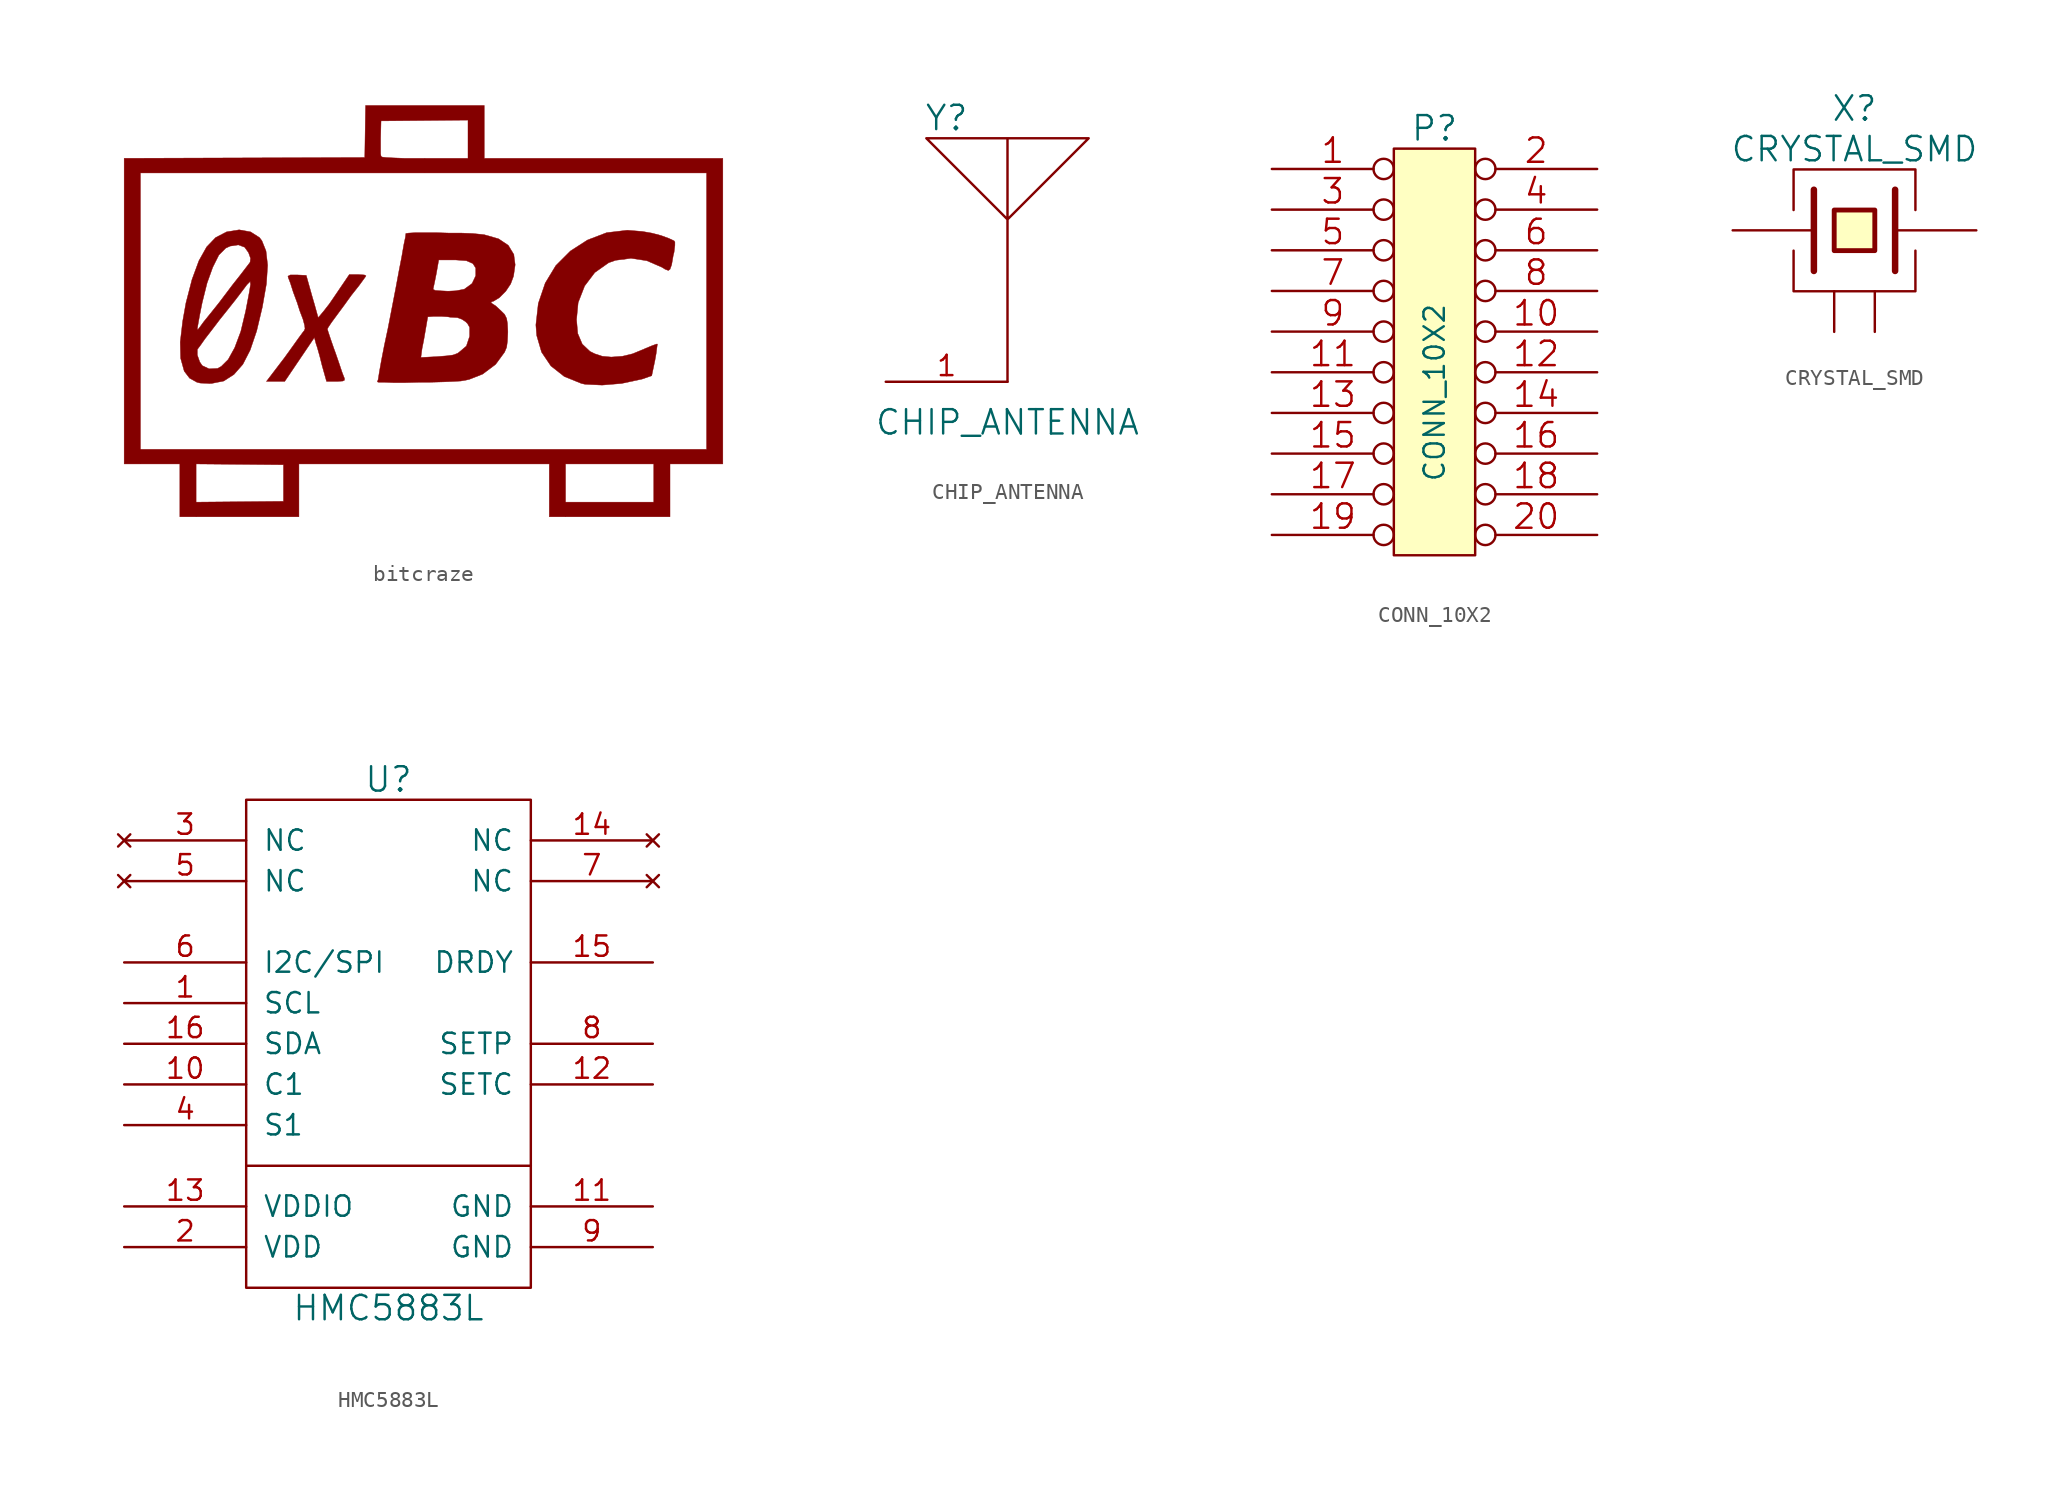
<source format=kicad_sym>
(kicad_symbol_lib
  (version 20231120)
  (generator "kicad_symbol_editor")
  (generator_version "8.0")
  (symbol "bitcraze"
    (pin_names
      (offset 1.016))
    (property "Reference" "#G"
      (at 0 -20.396 0)
      (effects (font (size 1.524 1.524)) (hide yes)))
    (symbol "bitcraze_0_0"
      (polyline (pts (xy 15.24 -12.852) (xy 15.24 -9.55) (xy 18.542 -9.55) (xy 18.542 9.55) (xy 3.632 9.55) (xy 3.632 12.852) (xy -3.785 12.852) (xy -3.835 9.601) (xy -18.872 9.55) (xy -18.872 -9.55) (xy -17.856 -9.55) (xy -17.856 -8.636) (xy -17.856 8.636) (xy -0.076 8.636) (xy -0.076 9.55) (xy -0.432 9.55) (xy -1.397 9.55) (xy -2.057 9.576) (xy -2.515 9.601) (xy -2.743 9.627) (xy -2.819 9.677) (xy -2.845 9.83) (xy -2.845 10.262) (xy -2.845 10.82) (xy -2.819 11.887) (xy 2.616 11.938) (xy 2.616 9.55) (xy -0.076 9.55) (xy -0.076 8.636) (xy 17.526 8.636) (xy 17.526 -8.636) (xy -17.856 -8.636) (xy -17.856 -9.55) (xy -15.392 -9.55) (xy -15.392 -12.852) (xy -14.376 -12.852) (xy -14.376 -11.938) (xy -14.376 -9.55) (xy -8.915 -9.601) (xy -8.915 -11.887) (xy -14.376 -11.938) (xy -14.376 -12.852) (xy -7.95 -12.852) (xy -7.95 -9.55) (xy 7.696 -9.55) (xy 7.696 -12.852) (xy 8.712 -12.852) (xy 8.712 -11.938) (xy 8.712 -9.55) (xy 14.224 -9.55) (xy 14.224 -11.938) (xy 8.712 -11.938) (xy 8.712 -12.852) (xy 15.24 -12.852)) (stroke (width 0.025) (type solid)) (fill (type outline)))
      (polyline (pts (xy -6.223 -4.394) (xy -5.563 -4.394) (xy -5.207 -4.369) (xy -5.105 -4.318) (xy -5.105 -4.191) (xy -5.131 -4.14) (xy -5.258 -3.81) (xy -5.436 -3.277) (xy -5.664 -2.616) (xy -5.766 -2.337) (xy -5.969 -1.753) (xy -6.121 -1.295) (xy -6.172 -1.118) (xy -6.121 -1.016) (xy -5.918 -0.711) (xy -5.563 -0.229) (xy -5.131 0.356) (xy -4.674 0.991) (xy -4.191 1.6) (xy -3.785 2.159) (xy -3.759 2.21) (xy -3.861 2.261) (xy -4.242 2.286) (xy -4.801 2.286) (xy -5.766 0.864) (xy -6.045 0.457) (xy -6.401 0) (xy -6.655 -0.305) (xy -6.756 -0.406) (xy -6.756 -0.381) (xy -6.833 -0.102) (xy -6.96 0.356) (xy -7.137 0.965) (xy -7.493 2.235) (xy -8.052 2.261) (xy -8.484 2.261) (xy -8.636 2.184) (xy -8.611 2.083) (xy -8.484 1.753) (xy -8.306 1.194) (xy -8.052 0.508) (xy -7.899 0.025) (xy -7.696 -0.508) (xy -7.595 -0.889) (xy -7.569 -1.092) (xy -7.62 -1.219) (xy -7.722 -1.346) (xy -8.001 -1.727) (xy -8.382 -2.261) (xy -8.839 -2.896) (xy -9.982 -4.394) (xy -8.839 -4.394) (xy -6.985 -1.651) (xy -6.883 -2.032) (xy -6.807 -2.261) (xy -6.655 -2.794) (xy -6.502 -3.404) (xy -6.223 -4.394)) (stroke (width 0.025) (type solid)) (fill (type outline)))
      (polyline (pts (xy 10.998 -4.623) (xy 12.217 -4.521) (xy 13.513 -4.242) (xy 14.097 -4.039) (xy 14.3 -3.073) (xy 14.376 -2.642) (xy 14.427 -2.235) (xy 14.453 -2.057) (xy 14.402 -2.057) (xy 14.122 -2.159) (xy 13.691 -2.337) (xy 13.64 -2.362) (xy 12.903 -2.667) (xy 12.268 -2.819) (xy 11.582 -2.87) (xy 11.557 -2.87) (xy 10.998 -2.819) (xy 10.541 -2.667) (xy 10.236 -2.515) (xy 9.754 -2.057) (xy 9.474 -1.397) (xy 9.398 -0.533) (xy 9.5 0.533) (xy 9.906 1.575) (xy 10.541 2.413) (xy 11.405 3.023) (xy 11.836 3.175) (xy 12.802 3.302) (xy 13.792 3.15) (xy 14.732 2.743) (xy 14.935 2.616) (xy 15.138 2.54) (xy 15.24 2.616) (xy 15.342 2.896) (xy 15.443 3.48) (xy 15.494 3.683) (xy 15.545 4.115) (xy 15.545 4.318) (xy 15.494 4.394) (xy 15.164 4.547) (xy 14.681 4.724) (xy 14.097 4.877) (xy 13.513 4.978) (xy 12.573 5.055) (xy 11.278 4.902) (xy 10.084 4.445) (xy 9.017 3.759) (xy 8.103 2.845) (xy 7.442 1.753) (xy 7.01 0.483) (xy 6.858 -0.864) (xy 6.909 -1.524) (xy 7.214 -2.565) (xy 7.798 -3.429) (xy 8.636 -4.089) (xy 9.703 -4.521) (xy 9.931 -4.572) (xy 10.998 -4.623)) (stroke (width 0.025) (type solid)) (fill (type outline)))
      (polyline (pts (xy -13.437 -4.521) (xy -13.411 -4.521) (xy -12.649 -4.369) (xy -12.014 -3.962) (xy -11.455 -3.327) (xy -10.998 -2.438) (xy -10.592 -1.245) (xy -10.236 0.254) (xy -10.236 0.254) (xy -9.982 1.702) (xy -9.906 2.87) (xy -10.008 3.759) (xy -10.262 4.394) (xy -10.414 4.597) (xy -10.973 4.953) (xy -11.684 5.08) (xy -11.684 5.08) (xy -12.471 4.953) (xy -13.157 4.597) (xy -13.716 4.013) (xy -14.199 3.15) (xy -14.63 1.981) (xy -15.011 0.508) (xy -15.215 -0.635) (xy -15.367 -1.93) (xy -15.342 -2.946) (xy -15.138 -3.683) (xy -15.113 -3.759) (xy -14.783 -4.191) (xy -14.326 -4.445) (xy -14.122 -4.496) (xy -13.564 -4.521) (xy -13.564 -3.607) (xy -13.995 -3.404) (xy -14.148 -3.175) (xy -14.3 -2.743) (xy -14.3 -2.413) (xy -14.3 -2.388) (xy -14.275 -2.362) (xy -14.275 -1.168) (xy -14.3 -1.092) (xy -14.249 -0.787) (xy -14.148 -0.229) (xy -14.021 0.406) (xy -13.995 0.533) (xy -13.691 1.753) (xy -13.335 2.743) (xy -12.954 3.505) (xy -12.522 3.937) (xy -12.243 4.064) (xy -11.735 4.14) (xy -11.328 3.988) (xy -11.303 3.937) (xy -11.1 3.658) (xy -10.973 3.302) (xy -10.998 3.073) (xy -11.024 3.023) (xy -11.608 2.261) (xy -12.09 1.651) (xy -12.954 0.508) (xy -13.462 -0.127) (xy -13.894 -0.66) (xy -14.173 -1.041) (xy -14.275 -1.168) (xy -14.275 -2.362) (xy -14.122 -2.159) (xy -13.818 -1.727) (xy -13.386 -1.168) (xy -12.903 -0.533) (xy -12.395 0.102) (xy -11.913 0.711) (xy -11.506 1.245) (xy -11.201 1.651) (xy -11.024 1.829) (xy -10.998 1.854) (xy -10.973 1.676) (xy -11.049 1.194) (xy -11.278 0) (xy -11.582 -1.27) (xy -11.963 -2.286) (xy -12.37 -3.023) (xy -12.802 -3.454) (xy -13.03 -3.581) (xy -13.564 -3.607) (xy -13.564 -4.521) (xy -13.437 -4.521)) (stroke (width 0.025) (type solid)) (fill (type outline)))
      (polyline (pts (xy -2.057 -4.47) (xy -1.295 -4.47) (xy -0.381 -4.445) (xy -0.33 -4.445) (xy -0.33 -2.896) (xy -0.279 -2.515) (xy -0.254 -2.337) (xy -0.152 -1.829) (xy -0.051 -1.245) (xy 0.102 -0.356) (xy 0.457 -0.33) (xy 0.533 -0.33) (xy 0.965 -0.33) (xy 1.372 -0.356) (xy 1.372 1.245) (xy 0.889 1.27) (xy 0.559 1.295) (xy 0.432 1.372) (xy 0.457 1.473) (xy 0.533 1.829) (xy 0.635 2.337) (xy 0.787 3.2) (xy 1.651 3.2) (xy 1.829 3.2) (xy 2.515 3.15) (xy 2.921 2.972) (xy 3.099 2.692) (xy 3.099 2.21) (xy 2.87 1.727) (xy 2.388 1.372) (xy 2.261 1.346) (xy 1.854 1.27) (xy 1.372 1.245) (xy 1.372 -0.356) (xy 1.499 -0.381) (xy 1.956 -0.406) (xy 2.235 -0.508) (xy 2.464 -0.66) (xy 2.591 -0.787) (xy 2.718 -1.016) (xy 2.718 -1.372) (xy 2.718 -1.575) (xy 2.515 -2.184) (xy 2.032 -2.591) (xy 1.956 -2.642) (xy 1.676 -2.743) (xy 1.295 -2.794) (xy 0.66 -2.845) (xy -0.33 -2.896) (xy -0.33 -4.445) (xy 0.254 -4.445) (xy 1.118 -4.42) (xy 1.727 -4.394) (xy 2.159 -4.369) (xy 2.464 -4.318) (xy 2.692 -4.267) (xy 3.531 -3.937) (xy 4.343 -3.327) (xy 4.902 -2.565) (xy 5.029 -2.261) (xy 5.08 -1.88) (xy 5.105 -1.346) (xy 5.105 -1.245) (xy 5.08 -0.762) (xy 5.029 -0.457) (xy 4.902 -0.203) (xy 4.699 0) (xy 4.343 0.33) (xy 4.14 0.457) (xy 4.039 0.559) (xy 4.166 0.61) (xy 4.191 0.61) (xy 4.572 0.838) (xy 4.978 1.245) (xy 5.283 1.702) (xy 5.461 2.184) (xy 5.563 2.896) (xy 5.486 3.48) (xy 5.486 3.531) (xy 5.131 4.115) (xy 4.521 4.521) (xy 3.632 4.775) (xy 3.404 4.801) (xy 2.896 4.851) (xy 2.21 4.877) (xy 1.448 4.877) (xy 0.66 4.902) (xy -0.051 4.902) (xy -0.686 4.902) (xy -1.092 4.877) (xy -1.27 4.851) (xy -1.27 4.826) (xy -1.295 4.623) (xy -1.397 4.14) (xy -1.524 3.404) (xy -1.702 2.489) (xy -1.905 1.397) (xy -2.388 -1.092) (xy -2.616 -2.159) (xy -2.794 -3.073) (xy -2.921 -3.785) (xy -2.997 -4.267) (xy -3.048 -4.42) (xy -2.972 -4.445) (xy -2.642 -4.445) (xy -2.057 -4.47)) (stroke (width 0.025) (type solid)) (fill (type outline)))))
  (symbol "CHIP_ANTENNA"
    (pin_names
      (offset 1.016))
    (property "Reference" "Y"
      (at -3.81 19.05 0)
      (effects (font (size 1.524 1.524))))
    (property "Value" "CHIP_ANTENNA"
      (at 0 0 0)
      (effects (font (size 1.524 1.524))))
    (symbol "CHIP_ANTENNA_0_1"
      (polyline (pts (xy 0 2.54) (xy 0 12.7) (xy -5.08 17.78) (xy 5.08 17.78) (xy 0 12.7) (xy 0 17.78) (xy 0 17.78)) (stroke (width 0) (type solid)) (fill (type none))))
    (symbol "CHIP_ANTENNA_1_1"
      (pin bidirectional line (at -7.62 2.54 0) (length 7.62) (name "~" (effects (font (size 1.27 1.27)))) (number "1" (effects (font (size 1.27 1.27)))))
      (pin input line (at 7.62 2.54 180) (length 7.62) hide (name "~" (effects (font (size 1.27 1.27)))) (number "2" (effects (font (size 1.27 1.27)))))))
  (symbol "CONN_10X2"
    (pin_names
      (offset 0.254) hide)
    (property "Reference" "P"
      (at 0 13.97 0)
      (effects (font (size 1.524 1.524))))
    (property "Value" "CONN_10X2"
      (at 0 -2.54 90)
      (effects (font (size 1.27 1.27))))
    (symbol "CONN_10X2_0_1"
      (rectangle (start -2.54 12.7) (end 2.54 -12.7) (stroke (width 0) (type solid)) (fill (type background))))
    (symbol "CONN_10X2_1_1"
      (pin passive inverted (at -10.16 11.43 0) (length 7.62) (name "P1" (effects (font (size 0.762 0.762)))) (number "1" (effects (font (size 1.524 1.524)))))
      (pin passive inverted (at 10.16 1.27 180) (length 7.62) (name "P10" (effects (font (size 0.762 0.762)))) (number "10" (effects (font (size 1.524 1.524)))))
      (pin passive inverted (at -10.16 -1.27 0) (length 7.62) (name "P11" (effects (font (size 0.762 0.762)))) (number "11" (effects (font (size 1.524 1.524)))))
      (pin passive inverted (at 10.16 -1.27 180) (length 7.62) (name "P12" (effects (font (size 0.762 0.762)))) (number "12" (effects (font (size 1.524 1.524)))))
      (pin passive inverted (at -10.16 -3.81 0) (length 7.62) (name "P13" (effects (font (size 0.762 0.762)))) (number "13" (effects (font (size 1.524 1.524)))))
      (pin passive inverted (at 10.16 -3.81 180) (length 7.62) (name "P14" (effects (font (size 0.762 0.762)))) (number "14" (effects (font (size 1.524 1.524)))))
      (pin passive inverted (at -10.16 -6.35 0) (length 7.62) (name "P15" (effects (font (size 0.762 0.762)))) (number "15" (effects (font (size 1.524 1.524)))))
      (pin passive inverted (at 10.16 -6.35 180) (length 7.62) (name "P16" (effects (font (size 0.762 0.762)))) (number "16" (effects (font (size 1.524 1.524)))))
      (pin passive inverted (at -10.16 -8.89 0) (length 7.62) (name "P17" (effects (font (size 0.762 0.762)))) (number "17" (effects (font (size 1.524 1.524)))))
      (pin passive inverted (at 10.16 -8.89 180) (length 7.62) (name "P18" (effects (font (size 0.762 0.762)))) (number "18" (effects (font (size 1.524 1.524)))))
      (pin passive inverted (at -10.16 -11.43 0) (length 7.62) (name "P19" (effects (font (size 0.762 0.762)))) (number "19" (effects (font (size 1.524 1.524)))))
      (pin passive inverted (at 10.16 11.43 180) (length 7.62) (name "P2" (effects (font (size 0.762 0.762)))) (number "2" (effects (font (size 1.524 1.524)))))
      (pin passive inverted (at 10.16 -11.43 180) (length 7.62) (name "P20" (effects (font (size 0.762 0.762)))) (number "20" (effects (font (size 1.524 1.524)))))
      (pin passive inverted (at -10.16 8.89 0) (length 7.62) (name "P3" (effects (font (size 0.762 0.762)))) (number "3" (effects (font (size 1.524 1.524)))))
      (pin passive inverted (at 10.16 8.89 180) (length 7.62) (name "P4" (effects (font (size 0.762 0.762)))) (number "4" (effects (font (size 1.524 1.524)))))
      (pin passive inverted (at -10.16 6.35 0) (length 7.62) (name "P5" (effects (font (size 0.762 0.762)))) (number "5" (effects (font (size 1.524 1.524)))))
      (pin passive inverted (at 10.16 6.35 180) (length 7.62) (name "P6" (effects (font (size 0.762 0.762)))) (number "6" (effects (font (size 1.524 1.524)))))
      (pin passive inverted (at -10.16 3.81 0) (length 7.62) (name "P7" (effects (font (size 0.762 0.762)))) (number "7" (effects (font (size 1.524 1.524)))))
      (pin passive inverted (at 10.16 3.81 180) (length 7.62) (name "P8" (effects (font (size 0.762 0.762)))) (number "8" (effects (font (size 1.524 1.524)))))
      (pin passive inverted (at -10.16 1.27 0) (length 7.62) (name "P9" (effects (font (size 0.762 0.762)))) (number "9" (effects (font (size 1.524 1.524)))))))
  (symbol "CRYSTAL_SMD"
    (pin_numbers hide)
    (pin_names
      (offset 1.016) hide)
    (property "Reference" "X"
      (at 0 7.62 0)
      (effects (font (size 1.524 1.524))))
    (property "Value" "CRYSTAL_SMD"
      (at 0 5.08 0)
      (effects (font (size 1.524 1.524))))
    (symbol "CRYSTAL_SMD_0_1"
      (polyline (pts (xy -2.54 2.54) (xy -2.54 -2.54)) (stroke (width 0.406) (type solid)) (fill (type none)))
      (polyline (pts (xy 2.54 2.54) (xy 2.54 -2.54)) (stroke (width 0.406) (type solid)) (fill (type none)))
      (polyline (pts (xy -3.81 -1.27) (xy -3.81 -3.81) (xy 3.81 -3.81) (xy 3.81 -1.27)) (stroke (width 0) (type solid)) (fill (type none)))
      (polyline (pts (xy -3.81 1.27) (xy -3.81 3.81) (xy 3.81 3.81) (xy 3.81 1.27)) (stroke (width 0) (type solid)) (fill (type none)))
      (polyline (pts (xy -1.27 1.27) (xy 1.27 1.27) (xy 1.27 -1.27) (xy -1.27 -1.27) (xy -1.27 1.27)) (stroke (width 0.305) (type solid)) (fill (type background))))
    (symbol "CRYSTAL_SMD_1_1"
      (pin passive line (at -7.62 0 0) (length 5.08) (name "1" (effects (font (size 1.016 1.016)))) (number "1" (effects (font (size 1.016 1.016)))))
      (pin passive line (at -1.27 -6.35 90) (length 2.54) (name "GND" (effects (font (size 1.27 1.27)))) (number "2" (effects (font (size 1.27 1.27)))))
      (pin passive line (at 7.62 0 180) (length 5.08) (name "3" (effects (font (size 1.016 1.016)))) (number "3" (effects (font (size 1.016 1.016)))))
      (pin passive line (at 1.27 -6.35 90) (length 2.54) (name "GND" (effects (font (size 1.27 1.27)))) (number "4" (effects (font (size 1.27 1.27)))))))
  (symbol "HMC5883L"
    (pin_names
      (offset 1.016))
    (property "Reference" "U"
      (at 0 17.78 0)
      (effects (font (size 1.524 1.524))))
    (property "Value" "HMC5883L"
      (at 0 -15.24 0)
      (effects (font (size 1.524 1.524))))
    (symbol "HMC5883L_0_1"
      (rectangle (start -8.89 16.51) (end 8.89 -13.97) (stroke (width 0) (type solid)) (fill (type none)))
      (polyline (pts (xy -8.89 -6.35) (xy 8.89 -6.35)) (stroke (width 0) (type solid)) (fill (type none))))
    (symbol "HMC5883L_1_1"
      (pin input line (at -16.51 3.81 0) (length 7.62) (name "SCL" (effects (font (size 1.27 1.27)))) (number "1" (effects (font (size 1.27 1.27)))))
      (pin bidirectional line (at -16.51 -1.27 0) (length 7.62) (name "C1" (effects (font (size 1.27 1.27)))) (number "10" (effects (font (size 1.27 1.27)))))
      (pin power_in line (at 16.51 -8.89 180) (length 7.62) (name "GND" (effects (font (size 1.27 1.27)))) (number "11" (effects (font (size 1.27 1.27)))))
      (pin bidirectional line (at 16.51 -1.27 180) (length 7.62) (name "SETC" (effects (font (size 1.27 1.27)))) (number "12" (effects (font (size 1.27 1.27)))))
      (pin power_in line (at -16.51 -8.89 0) (length 7.62) (name "VDDIO" (effects (font (size 1.27 1.27)))) (number "13" (effects (font (size 1.27 1.27)))))
      (pin no_connect line (at 16.51 13.97 180) (length 7.62) (name "NC" (effects (font (size 1.27 1.27)))) (number "14" (effects (font (size 1.27 1.27)))))
      (pin output line (at 16.51 6.35 180) (length 7.62) (name "DRDY" (effects (font (size 1.27 1.27)))) (number "15" (effects (font (size 1.27 1.27)))))
      (pin bidirectional line (at -16.51 1.27 0) (length 7.62) (name "SDA" (effects (font (size 1.27 1.27)))) (number "16" (effects (font (size 1.27 1.27)))))
      (pin power_in line (at -16.51 -11.43 0) (length 7.62) (name "VDD" (effects (font (size 1.27 1.27)))) (number "2" (effects (font (size 1.27 1.27)))))
      (pin no_connect line (at -16.51 13.97 0) (length 7.62) (name "NC" (effects (font (size 1.27 1.27)))) (number "3" (effects (font (size 1.27 1.27)))))
      (pin power_in line (at -16.51 -3.81 0) (length 7.62) (name "S1" (effects (font (size 1.27 1.27)))) (number "4" (effects (font (size 1.27 1.27)))))
      (pin no_connect line (at -16.51 11.43 0) (length 7.62) (name "NC" (effects (font (size 1.27 1.27)))) (number "5" (effects (font (size 1.27 1.27)))))
      (pin input line (at -16.51 6.35 0) (length 7.62) (name "I2C/SPI" (effects (font (size 1.27 1.27)))) (number "6" (effects (font (size 1.27 1.27)))))
      (pin no_connect line (at 16.51 11.43 180) (length 7.62) (name "NC" (effects (font (size 1.27 1.27)))) (number "7" (effects (font (size 1.27 1.27)))))
      (pin bidirectional line (at 16.51 1.27 180) (length 7.62) (name "SETP" (effects (font (size 1.27 1.27)))) (number "8" (effects (font (size 1.27 1.27)))))
      (pin power_in line (at 16.51 -11.43 180) (length 7.62) (name "GND" (effects (font (size 1.27 1.27)))) (number "9" (effects (font (size 1.27 1.27))))))))
</source>
